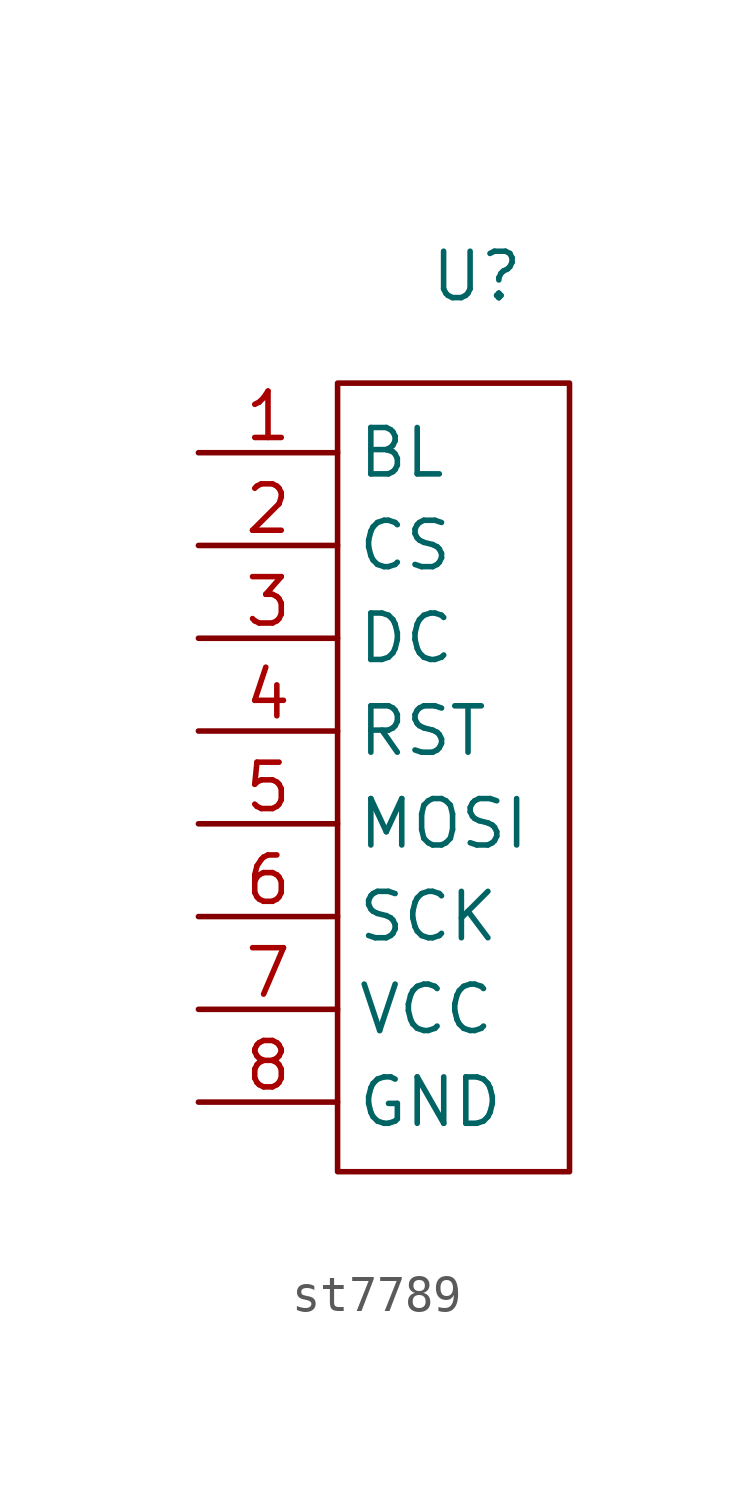
<source format=kicad_sym>
(kicad_symbol_lib
  (version 20231120)
  (generator "kicad_symbol_editor")
  (generator_version "8.0")
  (symbol "st7789"
    (property "Reference" "U"
      (at 0 8.636 0)
      (effects (font (size 1.27 1.27))))
    (property "Value" ""
      (at 0 0 0)
      (effects (font (size 1.27 1.27))))
    (symbol "st7789_0_1"
      (rectangle (start -3.81 5.715) (end 2.54 -15.875) (stroke (width 0) (type default)) (fill (type none))))
    (symbol "st7789_1_1"
      (pin input line (at -7.62 3.81 0) (length 3.81) (name "BL" (effects (font (size 1.27 1.27)))) (number "1" (effects (font (size 1.27 1.27)))))
      (pin input line (at -7.62 1.27 0) (length 3.81) (name "CS" (effects (font (size 1.27 1.27)))) (number "2" (effects (font (size 1.27 1.27)))))
      (pin input line (at -7.62 -1.27 0) (length 3.81) (name "DC" (effects (font (size 1.27 1.27)))) (number "3" (effects (font (size 1.27 1.27)))))
      (pin input line (at -7.62 -3.81 0) (length 3.81) (name "RST" (effects (font (size 1.27 1.27)))) (number "4" (effects (font (size 1.27 1.27)))))
      (pin input line (at -7.62 -6.35 0) (length 3.81) (name "MOSI" (effects (font (size 1.27 1.27)))) (number "5" (effects (font (size 1.27 1.27)))))
      (pin input line (at -7.62 -8.89 0) (length 3.81) (name "SCK" (effects (font (size 1.27 1.27)))) (number "6" (effects (font (size 1.27 1.27)))))
      (pin input line (at -7.62 -11.43 0) (length 3.81) (name "VCC" (effects (font (size 1.27 1.27)))) (number "7" (effects (font (size 1.27 1.27)))))
      (pin input line (at -7.62 -13.97 0) (length 3.81) (name "GND" (effects (font (size 1.27 1.27)))) (number "8" (effects (font (size 1.27 1.27))))))))
</source>
